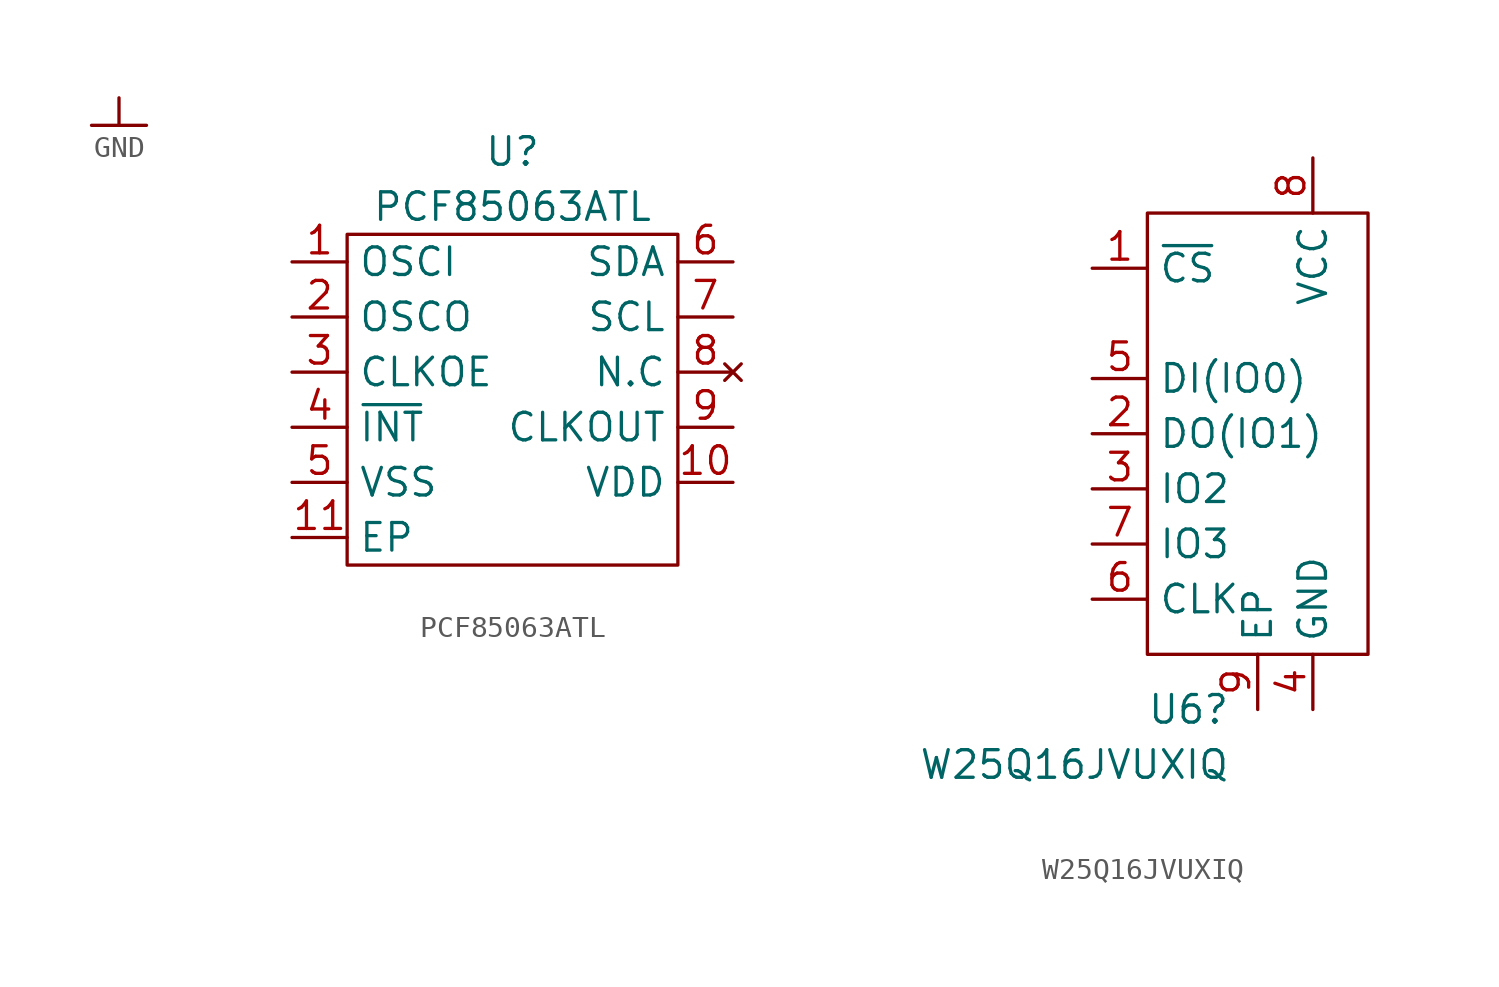
<source format=kicad_sym>
(kicad_symbol_lib
  (version 20220914)
  (generator kicad_symbol_editor)
  (symbol "GND"
    (power)
    (pin_names
      (offset 0))
    (property "Reference" "#PWR032"
      (at 0 -6.35 0)
      (effects (font (size 1.27 1.27)) hide))
    (symbol "GND_0_1"
      (polyline (pts (xy 0 0) (xy 0 -1.27) (xy 1.27 -1.27) (xy -1.27 -1.27) (xy 0 -1.27)) (stroke (width 0) (type default)) (fill (type none))))
    (symbol "GND_1_1"
      (pin power_in line (at 0 0 270) (length 0) hide (name "GND" (effects (font (size 1.27 1.27)))) (number "1" (effects (font (size 1.27 1.27)))))))
  (symbol "PCF85063ATL"
    (property "Reference" "U"
      (at 0 10.16 0)
      (effects (font (size 1.27 1.27))))
    (property "Value" "PCF85063ATL"
      (at 0 7.62 0)
      (effects (font (size 1.27 1.27))))
    (symbol "PCF85063ATL_0_0"
      (pin passive line (at -10.16 5.08 0) (length 2.54) (name "OSCI" (effects (font (size 1.27 1.27)))) (number "1" (effects (font (size 1.27 1.27)))))
      (pin passive line (at 10.16 -5.08 180) (length 2.54) (name "VDD" (effects (font (size 1.27 1.27)))) (number "10" (effects (font (size 1.27 1.27)))))
      (pin passive line (at -10.16 -7.62 0) (length 2.54) (name "EP" (effects (font (size 1.27 1.27)))) (number "11" (effects (font (size 1.27 1.27)))))
      (pin passive line (at -10.16 2.54 0) (length 2.54) (name "OSCO" (effects (font (size 1.27 1.27)))) (number "2" (effects (font (size 1.27 1.27)))))
      (pin passive line (at -10.16 0 0) (length 2.54) (name "CLKOE" (effects (font (size 1.27 1.27)))) (number "3" (effects (font (size 1.27 1.27)))))
      (pin passive line (at -10.16 -2.54 0) (length 2.54) (name "~{INT}" (effects (font (size 1.27 1.27)))) (number "4" (effects (font (size 1.27 1.27)))))
      (pin passive line (at -10.16 -5.08 0) (length 2.54) (name "VSS" (effects (font (size 1.27 1.27)))) (number "5" (effects (font (size 1.27 1.27)))))
      (pin passive line (at 10.16 5.08 180) (length 2.54) (name "SDA" (effects (font (size 1.27 1.27)))) (number "6" (effects (font (size 1.27 1.27)))))
      (pin passive line (at 10.16 2.54 180) (length 2.54) (name "SCL" (effects (font (size 1.27 1.27)))) (number "7" (effects (font (size 1.27 1.27)))))
      (pin no_connect line (at 10.16 0 180) (length 2.54) (name "N.C" (effects (font (size 1.27 1.27)))) (number "8" (effects (font (size 1.27 1.27)))))
      (pin passive line (at 10.16 -2.54 180) (length 2.54) (name "CLKOUT" (effects (font (size 1.27 1.27)))) (number "9" (effects (font (size 1.27 1.27))))))
    (symbol "PCF85063ATL_0_1"
      (rectangle (start -7.62 6.35) (end 7.62 -8.89) (stroke (width 0) (type default)) (fill (type none)))))
  (symbol "W25Q16JVUXIQ"
    (property "Reference" "U6"
      (at -1.27 -12.7 0)
      (effects (font (size 1.27 1.27)) (justify right)))
    (property "Value" "W25Q16JVUXIQ"
      (at -1.27 -15.24 0)
      (effects (font (size 1.27 1.27)) (justify right)))
    (symbol "W25Q16JVUXIQ_1_1"
      (rectangle (start -5.08 10.16) (end 5.08 -10.16) (stroke (width 0) (type default)) (fill (type none)))
      (pin passive line (at -7.62 7.62 0) (length 2.54) (name "~{CS}" (effects (font (size 1.27 1.27)))) (number "1" (effects (font (size 1.27 1.27)))))
      (pin passive line (at -7.62 0 0) (length 2.54) (name "DO(IO1)" (effects (font (size 1.27 1.27)))) (number "2" (effects (font (size 1.27 1.27)))))
      (pin passive line (at -7.62 -2.54 0) (length 2.54) (name "IO2" (effects (font (size 1.27 1.27)))) (number "3" (effects (font (size 1.27 1.27)))))
      (pin passive line (at 2.54 -12.7 90) (length 2.54) (name "GND" (effects (font (size 1.27 1.27)))) (number "4" (effects (font (size 1.27 1.27)))))
      (pin passive line (at -7.62 2.54 0) (length 2.54) (name "DI(IO0)" (effects (font (size 1.27 1.27)))) (number "5" (effects (font (size 1.27 1.27)))))
      (pin passive line (at -7.62 -7.62 0) (length 2.54) (name "CLK" (effects (font (size 1.27 1.27)))) (number "6" (effects (font (size 1.27 1.27)))))
      (pin passive line (at -7.62 -5.08 0) (length 2.54) (name "IO3" (effects (font (size 1.27 1.27)))) (number "7" (effects (font (size 1.27 1.27)))))
      (pin passive line (at 2.54 12.7 270) (length 2.54) (name "VCC" (effects (font (size 1.27 1.27)))) (number "8" (effects (font (size 1.27 1.27)))))
      (pin passive line (at 0 -12.7 90) (length 2.54) (name "EP" (effects (font (size 1.27 1.27)))) (number "9" (effects (font (size 1.27 1.27))))))))
</source>
